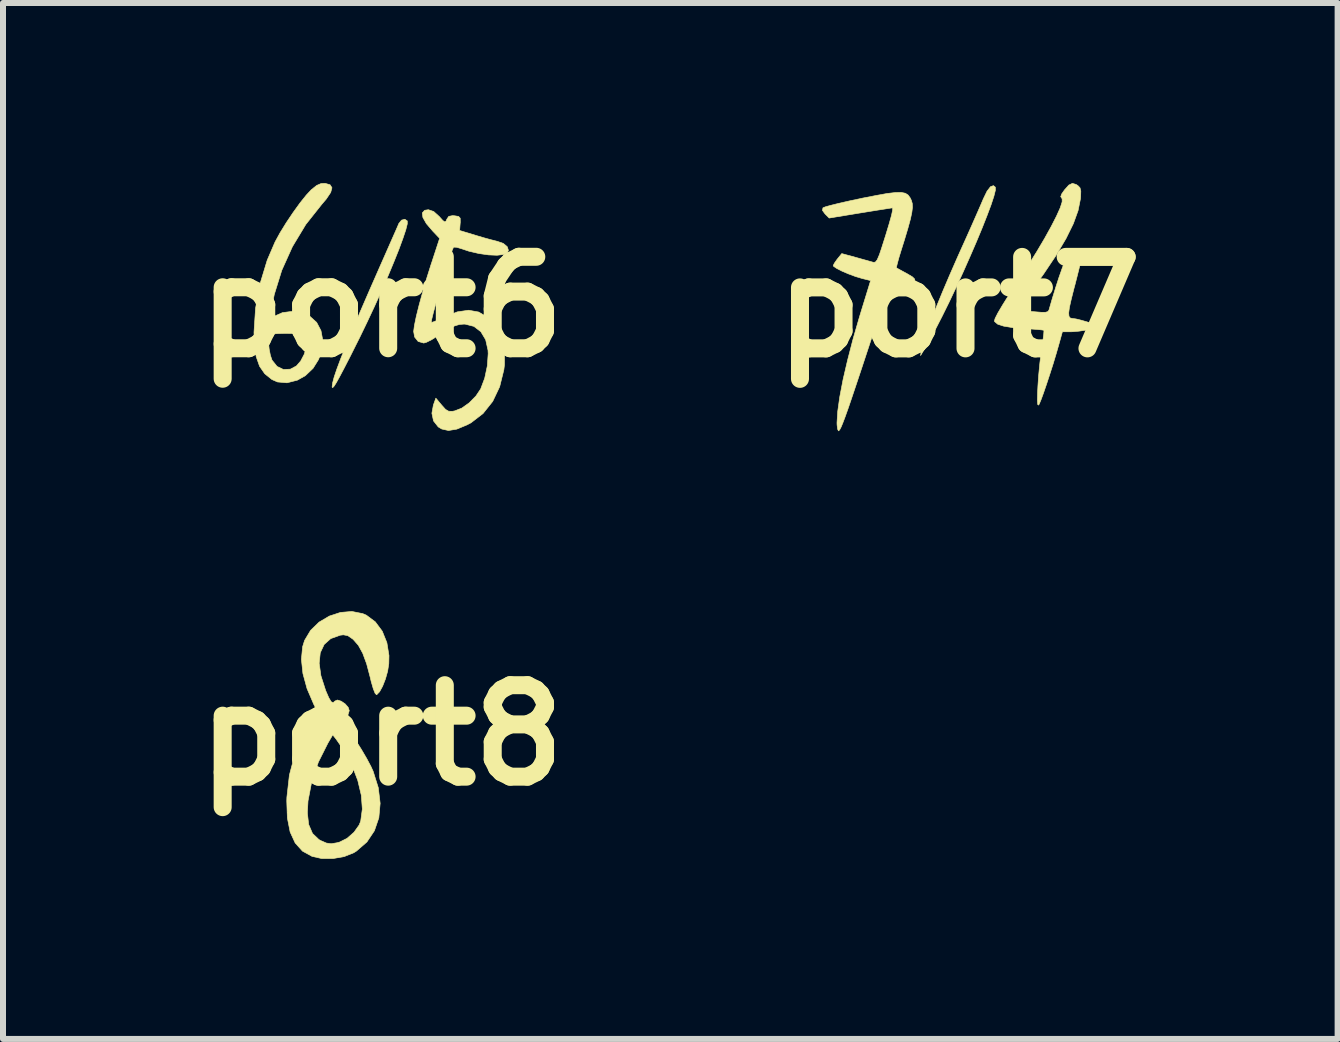
<source format=kicad_pcb>
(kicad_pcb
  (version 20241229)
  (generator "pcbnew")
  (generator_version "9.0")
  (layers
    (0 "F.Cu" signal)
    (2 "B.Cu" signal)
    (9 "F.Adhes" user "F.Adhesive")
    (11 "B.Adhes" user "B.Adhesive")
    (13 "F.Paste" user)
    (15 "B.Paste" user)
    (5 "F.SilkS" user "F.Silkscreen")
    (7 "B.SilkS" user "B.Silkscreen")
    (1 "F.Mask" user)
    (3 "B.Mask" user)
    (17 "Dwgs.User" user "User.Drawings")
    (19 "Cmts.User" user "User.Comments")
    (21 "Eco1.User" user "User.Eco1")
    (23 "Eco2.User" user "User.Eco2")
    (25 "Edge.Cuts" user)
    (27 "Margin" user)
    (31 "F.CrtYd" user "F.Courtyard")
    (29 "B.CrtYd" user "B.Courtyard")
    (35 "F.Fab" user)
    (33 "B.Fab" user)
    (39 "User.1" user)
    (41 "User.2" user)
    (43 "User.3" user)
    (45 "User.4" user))
  (footprint "port6"
    (layer "F.Cu")
    (at 3.309 2.063)
    (property "Reference" "port6" (at 0 0 0) (layer "F.SilkS") (effects (font (size 1.524 1.524) (thickness 0.3))))
    (attr through_hole)
    (fp_poly (pts (xy 0.427 -1.432) (xy 0.427 -1.382) (xy 0.402 -1.283) (xy 0.354 -1.14) (xy 0.288 -0.96) (xy 0.204 -0.75) (xy 0.107 -0.517) (xy -0.002 -0.268) (xy -0.119 -0.009) (xy -0.242 0.253) (xy -0.367 0.512) (xy -0.398 0.573) (xy -0.522 0.821) (xy -0.622 1.015) (xy -0.699 1.161) (xy -0.755 1.262) (xy -0.793 1.322) (xy -0.816 1.346) (xy -0.825 1.337) (xy -0.825 1.329) (xy -0.817 1.266) (xy -0.791 1.168) (xy -0.746 1.035) (xy -0.681 0.861) (xy -0.595 0.645) (xy -0.486 0.383) (xy -0.354 0.073) (xy -0.198 -0.287) (xy -0.016 -0.701) (xy 0.046 -0.841) (xy 0.119 -1.007) (xy 0.185 -1.157) (xy 0.239 -1.279) (xy 0.275 -1.362) (xy 0.286 -1.389) (xy 0.331 -1.445) (xy 0.386 -1.46) (xy 0.427 -1.432)) (stroke (width 0.01) (type solid)) (fill yes) (layer "F.SilkS"))
    (fp_poly (pts (xy -0.86 -2.035) (xy -0.828 -1.985) (xy -0.849 -1.907) (xy -0.922 -1.798) (xy -1 -1.706) (xy -1.264 -1.373) (xy -1.487 -1.003) (xy -1.664 -0.61) (xy -1.789 -0.207) (xy -1.836 0.037) (xy -1.863 0.216) (xy -1.771 0.148) (xy -1.653 0.096) (xy -1.506 0.077) (xy -1.352 0.093) (xy -1.216 0.144) (xy -1.202 0.152) (xy -1.083 0.259) (xy -1.011 0.396) (xy -0.982 0.552) (xy -0.996 0.716) (xy -1.051 0.877) (xy -1.143 1.024) (xy -1.271 1.146) (xy -1.404 1.221) (xy -1.577 1.265) (xy -1.736 1.251) (xy -1.829 1.21) (xy -1.948 1.114) (xy -2.034 0.99) (xy -2.091 0.828) (xy -2.12 0.62) (xy -2.124 0.512) (xy -1.885 0.512) (xy -1.885 0.599) (xy -1.874 0.705) (xy -1.854 0.807) (xy -1.828 0.884) (xy -1.827 0.887) (xy -1.743 0.992) (xy -1.637 1.043) (xy -1.521 1.038) (xy -1.42 0.984) (xy -1.349 0.902) (xy -1.29 0.79) (xy -1.254 0.67) (xy -1.248 0.57) (xy -1.25 0.559) (xy -1.291 0.49) (xy -1.34 0.458) (xy -1.403 0.448) (xy -1.502 0.443) (xy -1.617 0.442) (xy -1.73 0.445) (xy -1.82 0.452) (xy -1.869 0.462) (xy -1.872 0.464) (xy -1.885 0.512) (xy -2.124 0.512) (xy -2.127 0.425) (xy -2.101 0.023) (xy -2.026 -0.385) (xy -1.907 -0.777) (xy -1.776 -1.082) (xy -1.693 -1.234) (xy -1.589 -1.403) (xy -1.474 -1.574) (xy -1.36 -1.732) (xy -1.255 -1.863) (xy -1.174 -1.95) (xy -1.083 -2.023) (xy -1.009 -2.055) (xy -0.942 -2.058) (xy -0.86 -2.035)) (stroke (width 0.01) (type solid)) (fill yes) (layer "F.SilkS"))
    (fp_poly (pts (xy 0.867 -1.589) (xy 0.96 -1.505) (xy 1.02 -1.438) (xy 1.054 -1.415) (xy 1.073 -1.43) (xy 1.085 -1.459) (xy 1.118 -1.508) (xy 1.18 -1.52) (xy 1.214 -1.518) (xy 1.282 -1.507) (xy 1.309 -1.477) (xy 1.31 -1.408) (xy 1.308 -1.39) (xy 1.299 -1.273) (xy 1.562 -1.193) (xy 1.697 -1.153) (xy 1.82 -1.119) (xy 1.911 -1.096) (xy 1.927 -1.092) (xy 2.027 -1.057) (xy 2.092 -1.003) (xy 2.112 -0.943) (xy 2.096 -0.905) (xy 2.033 -0.873) (xy 1.923 -0.86) (xy 1.781 -0.866) (xy 1.62 -0.889) (xy 1.453 -0.928) (xy 1.327 -0.97) (xy 1.25 -0.993) (xy 1.201 -0.995) (xy 1.196 -0.991) (xy 1.174 -0.94) (xy 1.139 -0.839) (xy 1.095 -0.703) (xy 1.046 -0.542) (xy 0.994 -0.369) (xy 0.943 -0.196) (xy 0.897 -0.035) (xy 0.86 0.102) (xy 0.835 0.203) (xy 0.826 0.256) (xy 0.826 0.257) (xy 0.851 0.254) (xy 0.92 0.228) (xy 1.019 0.183) (xy 1.048 0.168) (xy 1.261 0.083) (xy 1.449 0.056) (xy 1.617 0.086) (xy 1.767 0.175) (xy 1.894 0.31) (xy 1.997 0.496) (xy 2.048 0.714) (xy 2.046 0.966) (xy 2.036 1.048) (xy 1.966 1.331) (xy 1.85 1.575) (xy 1.69 1.776) (xy 1.489 1.931) (xy 1.423 1.966) (xy 1.252 2.037) (xy 1.114 2.06) (xy 1.001 2.035) (xy 0.943 2) (xy 0.864 1.9) (xy 0.837 1.772) (xy 0.862 1.635) (xy 0.903 1.521) (xy 1.001 1.638) (xy 1.065 1.709) (xy 1.117 1.739) (xy 1.18 1.74) (xy 1.218 1.733) (xy 1.335 1.687) (xy 1.459 1.599) (xy 1.571 1.485) (xy 1.65 1.367) (xy 1.717 1.189) (xy 1.761 0.982) (xy 1.775 0.779) (xy 1.772 0.722) (xy 1.733 0.548) (xy 1.653 0.414) (xy 1.537 0.325) (xy 1.392 0.288) (xy 1.372 0.287) (xy 1.296 0.293) (xy 1.216 0.317) (xy 1.121 0.365) (xy 0.995 0.443) (xy 0.925 0.489) (xy 0.829 0.549) (xy 0.746 0.59) (xy 0.701 0.603) (xy 0.608 0.576) (xy 0.549 0.502) (xy 0.533 0.409) (xy 0.546 0.309) (xy 0.577 0.159) (xy 0.624 -0.03) (xy 0.684 -0.248) (xy 0.753 -0.484) (xy 0.83 -0.728) (xy 0.834 -0.738) (xy 0.966 -1.142) (xy 0.852 -1.262) (xy 0.745 -1.387) (xy 0.687 -1.49) (xy 0.677 -1.565) (xy 0.716 -1.609) (xy 0.778 -1.619) (xy 0.867 -1.589)) (stroke (width 0.01) (type solid)) (fill yes) (layer "F.SilkS")))
  (footprint "port8"
    (layer "F.Cu")
    (at 3.309 9.201)
    (property "Reference" "port8" (at 0 0 0) (layer "F.SilkS") (effects (font (size 1.524 1.524) (thickness 0.3))))
    (attr through_hole)
    (fp_poly (pts (xy -0.315 -2.027) (xy -0.255 -2.001) (xy -0.106 -1.89) (xy 0.01 -1.734) (xy 0.087 -1.543) (xy 0.122 -1.328) (xy 0.119 -1.194) (xy 0.1 -1.069) (xy 0.063 -0.938) (xy 0.016 -0.818) (xy -0.034 -0.726) (xy -0.081 -0.677) (xy -0.085 -0.675) (xy -0.109 -0.699) (xy -0.14 -0.777) (xy -0.176 -0.902) (xy -0.189 -0.959) (xy -0.25 -1.19) (xy -0.315 -1.366) (xy -0.388 -1.499) (xy -0.473 -1.596) (xy -0.484 -1.605) (xy -0.564 -1.66) (xy -0.638 -1.674) (xy -0.693 -1.667) (xy -0.848 -1.611) (xy -0.958 -1.513) (xy -1.023 -1.375) (xy -1.041 -1.2) (xy -1.012 -0.991) (xy -0.935 -0.752) (xy -0.934 -0.748) (xy -0.881 -0.626) (xy -0.841 -0.559) (xy -0.808 -0.543) (xy -0.779 -0.57) (xy -0.737 -0.588) (xy -0.674 -0.568) (xy -0.608 -0.523) (xy -0.557 -0.464) (xy -0.54 -0.41) (xy -0.561 -0.342) (xy -0.587 -0.306) (xy -0.626 -0.261) (xy -0.635 -0.241) (xy -0.619 -0.21) (xy -0.574 -0.136) (xy -0.508 -0.032) (xy -0.427 0.093) (xy -0.427 0.094) (xy -0.335 0.24) (xy -0.248 0.389) (xy -0.178 0.521) (xy -0.142 0.6) (xy -0.056 0.874) (xy -0.025 1.134) (xy -0.047 1.375) (xy -0.121 1.591) (xy -0.246 1.778) (xy -0.42 1.929) (xy -0.466 1.958) (xy -0.624 2.021) (xy -0.811 2.054) (xy -1.001 2.053) (xy -1.159 2.018) (xy -1.319 1.93) (xy -1.441 1.794) (xy -1.525 1.611) (xy -1.571 1.378) (xy -1.574 1.292) (xy -1.238 1.292) (xy -1.216 1.487) (xy -1.152 1.636) (xy -1.045 1.738) (xy -1.016 1.754) (xy -0.92 1.796) (xy -0.84 1.807) (xy -0.745 1.791) (xy -0.7 1.779) (xy -0.576 1.717) (xy -0.46 1.615) (xy -0.375 1.495) (xy -0.349 1.43) (xy -0.322 1.229) (xy -0.339 0.999) (xy -0.398 0.752) (xy -0.494 0.501) (xy -0.624 0.257) (xy -0.756 0.068) (xy -0.815 -0.007) (xy -0.897 0.133) (xy -1.054 0.446) (xy -1.165 0.772) (xy -1.227 1.094) (xy -1.238 1.292) (xy -1.574 1.292) (xy -1.581 1.094) (xy -1.579 1.033) (xy -1.537 0.662) (xy -1.449 0.329) (xy -1.313 0.028) (xy -1.161 -0.202) (xy -1.047 -0.35) (xy -1.131 -0.516) (xy -1.243 -0.777) (xy -1.312 -1.03) (xy -1.337 -1.266) (xy -1.317 -1.475) (xy -1.284 -1.581) (xy -1.184 -1.748) (xy -1.043 -1.885) (xy -0.872 -1.986) (xy -0.686 -2.047) (xy -0.496 -2.063) (xy -0.315 -2.027)) (stroke (width 0.01) (type solid)) (fill yes) (layer "F.SilkS")))
  (footprint "port7"
    (layer "F.Cu")
    (at 12.928 2.065)
    (property "Reference" "port7" (at 0 0 0) (layer "F.SilkS") (effects (font (size 1.524 1.524) (thickness 0.3))))
    (attr through_hole)
    (fp_poly (pts (xy 0.606 -1.996) (xy 0.607 -1.946) (xy 0.582 -1.846) (xy 0.535 -1.703) (xy 0.468 -1.524) (xy 0.386 -1.316) (xy 0.29 -1.085) (xy 0.184 -0.84) (xy 0.072 -0.587) (xy -0.045 -0.332) (xy -0.163 -0.083) (xy -0.28 0.154) (xy -0.391 0.37) (xy -0.494 0.561) (xy -0.555 0.667) (xy -0.64 0.81) (xy -0.619 0.684) (xy -0.594 0.584) (xy -0.544 0.434) (xy -0.472 0.24) (xy -0.381 0.009) (xy -0.274 -0.252) (xy -0.153 -0.536) (xy -0.021 -0.837) (xy 0.031 -0.953) (xy 0.122 -1.155) (xy 0.209 -1.35) (xy 0.287 -1.527) (xy 0.351 -1.673) (xy 0.396 -1.778) (xy 0.405 -1.8) (xy 0.468 -1.93) (xy 0.526 -2.005) (xy 0.575 -2.022) (xy 0.606 -1.996)) (stroke (width 0.01) (type solid)) (fill yes) (layer "F.SilkS"))
    (fp_poly (pts (xy -0.893 -1.895) (xy -0.846 -1.864) (xy -0.812 -1.817) (xy -0.792 -1.774) (xy -0.778 -1.724) (xy -0.775 -1.661) (xy -0.785 -1.578) (xy -0.809 -1.464) (xy -0.85 -1.314) (xy -0.909 -1.117) (xy -0.959 -0.958) (xy -0.998 -0.831) (xy -1.026 -0.729) (xy -1.041 -0.667) (xy -1.042 -0.653) (xy -1.011 -0.635) (xy -0.94 -0.596) (xy -0.864 -0.555) (xy -0.774 -0.501) (xy -0.736 -0.463) (xy -0.754 -0.435) (xy -0.829 -0.414) (xy -0.966 -0.396) (xy -0.969 -0.396) (xy -1.163 -0.375) (xy -1.503 0.662) (xy -1.614 0.998) (xy -1.707 1.277) (xy -1.784 1.506) (xy -1.846 1.688) (xy -1.896 1.828) (xy -1.935 1.931) (xy -1.964 2.001) (xy -1.986 2.043) (xy -2.002 2.062) (xy -2.008 2.064) (xy -2.022 2.035) (xy -2.031 1.964) (xy -2.032 1.929) (xy -2.02 1.738) (xy -1.986 1.496) (xy -1.931 1.209) (xy -1.856 0.887) (xy -1.765 0.535) (xy -1.657 0.162) (xy -1.624 0.054) (xy -1.472 -0.44) (xy -1.617 -0.476) (xy -1.724 -0.508) (xy -1.84 -0.551) (xy -1.95 -0.598) (xy -2.038 -0.643) (xy -2.089 -0.678) (xy -2.095 -0.689) (xy -2.077 -0.728) (xy -2.032 -0.792) (xy -2.024 -0.802) (xy -1.953 -0.89) (xy -1.714 -0.825) (xy -1.593 -0.791) (xy -1.492 -0.763) (xy -1.429 -0.745) (xy -1.424 -0.744) (xy -1.393 -0.748) (xy -1.362 -0.787) (xy -1.326 -0.871) (xy -1.291 -0.975) (xy -1.219 -1.202) (xy -1.163 -1.387) (xy -1.124 -1.527) (xy -1.105 -1.617) (xy -1.105 -1.651) (xy -1.106 -1.652) (xy -1.143 -1.647) (xy -1.232 -1.633) (xy -1.361 -1.613) (xy -1.521 -1.587) (xy -1.645 -1.567) (xy -2.163 -1.482) (xy -2.231 -1.55) (xy -2.275 -1.61) (xy -2.266 -1.652) (xy -2.265 -1.653) (xy -2.225 -1.669) (xy -2.132 -1.695) (xy -1.998 -1.728) (xy -1.831 -1.766) (xy -1.642 -1.806) (xy -1.616 -1.812) (xy -1.38 -1.858) (xy -1.198 -1.891) (xy -1.061 -1.907) (xy -0.962 -1.909) (xy -0.893 -1.895)) (stroke (width 0.01) (type solid)) (fill yes) (layer "F.SilkS"))
    (fp_poly (pts (xy 1.953 -2.041) (xy 1.983 -2.021) (xy 2.017 -1.985) (xy 2.03 -1.931) (xy 2.027 -1.838) (xy 2.024 -1.802) (xy 1.985 -1.608) (xy 1.906 -1.389) (xy 1.784 -1.141) (xy 1.618 -0.86) (xy 1.407 -0.545) (xy 1.246 -0.322) (xy 1.152 -0.193) (xy 1.073 -0.082) (xy 1.018 -0.001) (xy 0.991 0.042) (xy 0.99 0.047) (xy 1.024 0.054) (xy 1.105 0.064) (xy 1.218 0.076) (xy 1.243 0.078) (xy 1.367 0.088) (xy 1.442 0.088) (xy 1.481 0.077) (xy 1.499 0.052) (xy 1.502 0.042) (xy 1.554 -0.138) (xy 1.61 -0.32) (xy 1.666 -0.493) (xy 1.72 -0.646) (xy 1.767 -0.77) (xy 1.804 -0.854) (xy 1.828 -0.889) (xy 1.829 -0.889) (xy 1.897 -0.875) (xy 1.969 -0.841) (xy 2.021 -0.802) (xy 2.032 -0.781) (xy 2.024 -0.739) (xy 2.003 -0.648) (xy 1.971 -0.52) (xy 1.932 -0.367) (xy 1.919 -0.32) (xy 1.871 -0.13) (xy 1.84 0.007) (xy 1.828 0.1) (xy 1.833 0.156) (xy 1.855 0.184) (xy 1.89 0.191) (xy 1.95 0.199) (xy 2.04 0.221) (xy 2.14 0.25) (xy 2.233 0.281) (xy 2.298 0.308) (xy 2.318 0.323) (xy 2.289 0.343) (xy 2.215 0.365) (xy 2.112 0.386) (xy 1.998 0.403) (xy 1.891 0.412) (xy 1.86 0.413) (xy 1.723 0.413) (xy 1.668 0.611) (xy 1.622 0.771) (xy 1.57 0.944) (xy 1.514 1.119) (xy 1.459 1.286) (xy 1.409 1.432) (xy 1.367 1.546) (xy 1.337 1.618) (xy 1.326 1.635) (xy 1.312 1.624) (xy 1.307 1.553) (xy 1.31 1.422) (xy 1.316 1.308) (xy 1.329 1.126) (xy 1.348 0.931) (xy 1.37 0.755) (xy 1.382 0.674) (xy 1.4 0.55) (xy 1.412 0.453) (xy 1.416 0.396) (xy 1.415 0.388) (xy 1.381 0.382) (xy 1.297 0.374) (xy 1.18 0.365) (xy 1.107 0.36) (xy 0.897 0.344) (xy 0.745 0.319) (xy 0.646 0.287) (xy 0.595 0.244) (xy 0.59 0.234) (xy 0.602 0.191) (xy 0.648 0.1) (xy 0.727 -0.034) (xy 0.836 -0.208) (xy 0.974 -0.417) (xy 0.986 -0.437) (xy 1.148 -0.685) (xy 1.296 -0.922) (xy 1.427 -1.143) (xy 1.537 -1.342) (xy 1.625 -1.514) (xy 1.687 -1.652) (xy 1.719 -1.751) (xy 1.719 -1.804) (xy 1.714 -1.81) (xy 1.695 -1.838) (xy 1.713 -1.886) (xy 1.758 -1.95) (xy 1.83 -2.031) (xy 1.89 -2.06) (xy 1.953 -2.041)) (stroke (width 0.01) (type solid)) (fill yes) (layer "F.SilkS")))
  (gr_rect
    (start -3 -3)
    (end 19.237 14.26)
    (stroke (width 0.1) (type default))
    (fill no)
    (layer "Edge.Cuts")))
</source>
